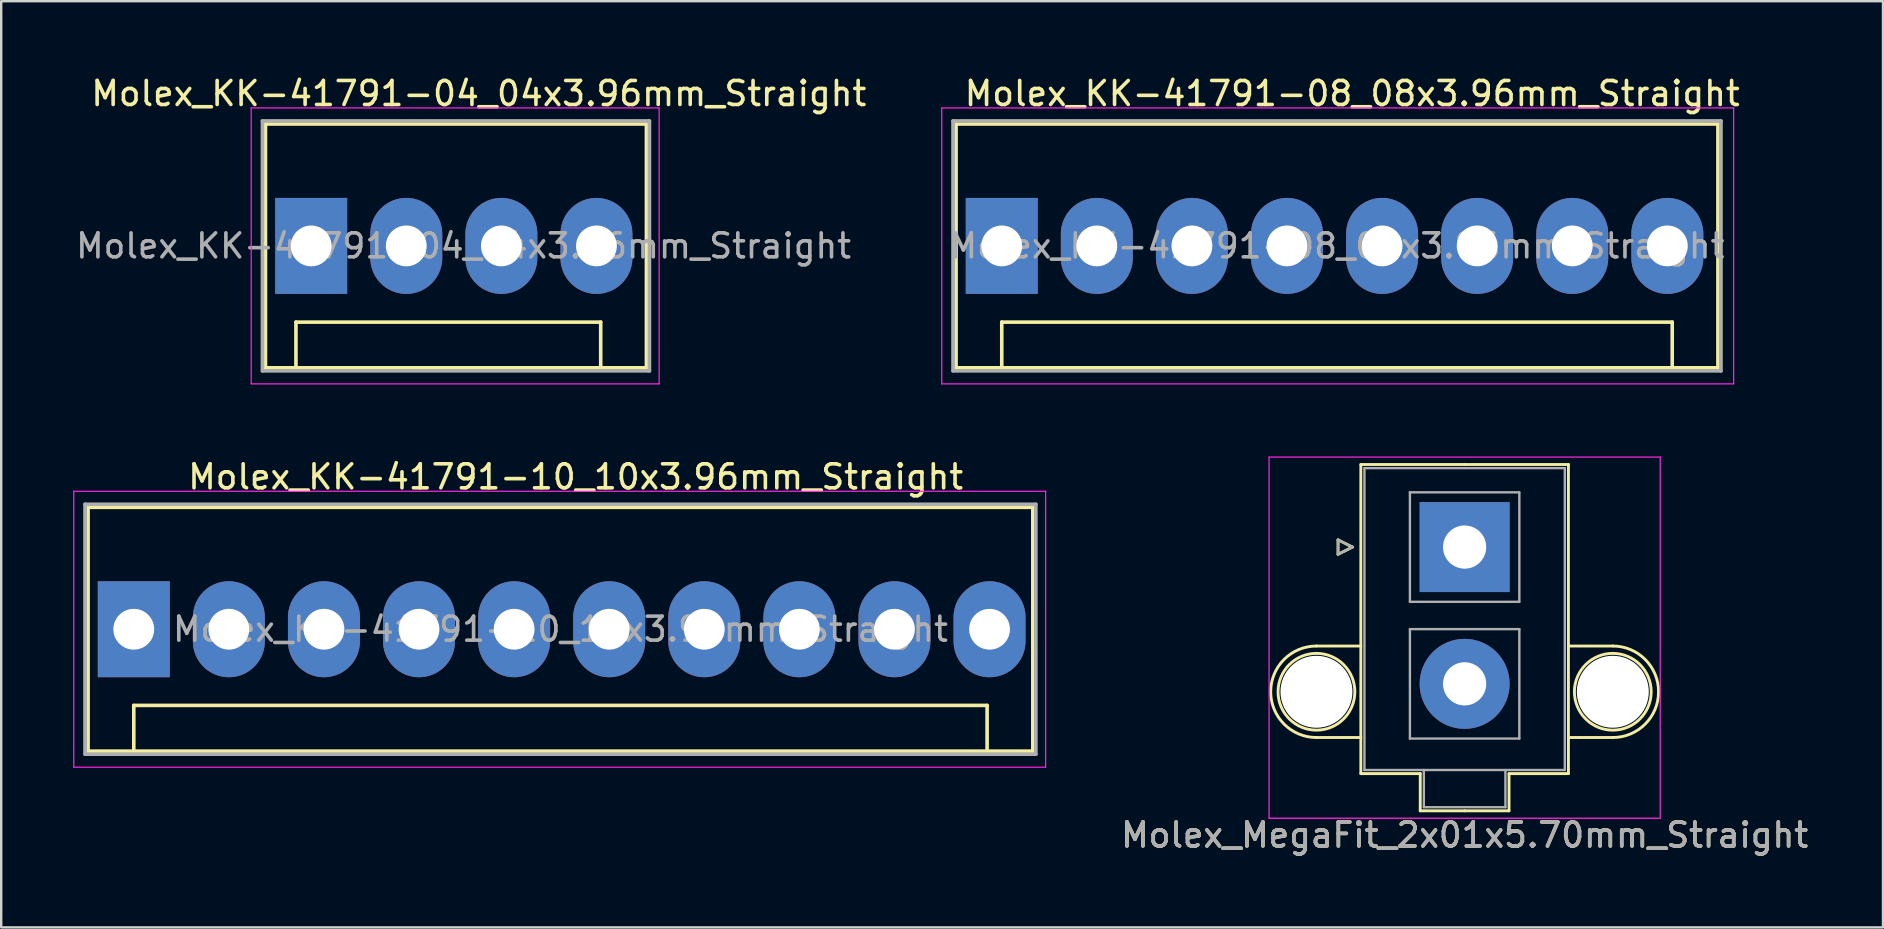
<source format=kicad_pcb>
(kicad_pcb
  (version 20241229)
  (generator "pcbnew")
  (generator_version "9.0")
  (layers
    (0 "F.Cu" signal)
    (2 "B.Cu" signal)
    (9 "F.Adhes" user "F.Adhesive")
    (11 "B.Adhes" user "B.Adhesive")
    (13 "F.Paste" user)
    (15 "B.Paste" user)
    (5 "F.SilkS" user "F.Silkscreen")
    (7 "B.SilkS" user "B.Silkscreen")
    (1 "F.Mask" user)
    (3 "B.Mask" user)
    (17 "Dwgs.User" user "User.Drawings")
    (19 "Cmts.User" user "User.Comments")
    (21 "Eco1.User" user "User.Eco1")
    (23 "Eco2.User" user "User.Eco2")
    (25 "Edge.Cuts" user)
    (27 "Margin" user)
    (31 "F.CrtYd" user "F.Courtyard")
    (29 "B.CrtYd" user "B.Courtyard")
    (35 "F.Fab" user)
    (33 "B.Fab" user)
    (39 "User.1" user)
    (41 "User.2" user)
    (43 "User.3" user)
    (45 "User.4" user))
  (footprint "Molex_KK-41791-08_08x3.96mm_Straight"
    (layer "F.Cu")
    (at 38.696 7.198)
    (property "Reference" "Molex_KK-41791-08_08x3.96mm_Straight" (at 14.605 -6.35 0) (layer "F.SilkS") (effects (font (size 1 1) (thickness 0.15))))
    (attr through_hole)
    (fp_line (start -1.905 -5.08) (end -1.905 5.08) (stroke (width 0.15) (type solid)) (layer "F.SilkS"))
    (fp_line (start -1.905 -5.08) (end 29.845 -5.08) (stroke (width 0.15) (type solid)) (layer "F.SilkS"))
    (fp_line (start -1.905 5.08) (end 29.845 5.08) (stroke (width 0.15) (type solid)) (layer "F.SilkS"))
    (fp_line (start 0 3.175) (end 27.94 3.175) (stroke (width 0.15) (type solid)) (layer "F.SilkS"))
    (fp_line (start 0 5.08) (end 0 3.175) (stroke (width 0.15) (type solid)) (layer "F.SilkS"))
    (fp_line (start 27.94 3.175) (end 27.94 5.08) (stroke (width 0.15) (type solid)) (layer "F.SilkS"))
    (fp_line (start 29.845 -5.08) (end 29.845 5.08) (stroke (width 0.15) (type solid)) (layer "F.SilkS"))
    (fp_line (start -2.5 -5.75) (end 30.5 -5.75) (stroke (width 0.05) (type solid)) (layer "F.CrtYd"))
    (fp_line (start -2.5 5.75) (end -2.5 -5.75) (stroke (width 0.05) (type solid)) (layer "F.CrtYd"))
    (fp_line (start 30.5 -5.75) (end 30.5 5.75) (stroke (width 0.05) (type solid)) (layer "F.CrtYd"))
    (fp_line (start 30.5 5.75) (end -2.5 5.75) (stroke (width 0.05) (type solid)) (layer "F.CrtYd"))
    (fp_line (start -2.032 -5.207) (end 29.972 -5.207) (stroke (width 0.15) (type solid)) (layer "F.Fab"))
    (fp_line (start -2.032 5.207) (end -2.032 -5.207) (stroke (width 0.15) (type solid)) (layer "F.Fab"))
    (fp_line (start 29.972 -5.207) (end 29.972 5.207) (stroke (width 0.15) (type solid)) (layer "F.Fab"))
    (fp_line (start 29.972 5.207) (end -2.032 5.207) (stroke (width 0.15) (type solid)) (layer "F.Fab"))
    (fp_text user "${REFERENCE}" (at 13.97 0 0) (layer "F.Fab") (effects (font (size 1 1) (thickness 0.15))))
    (pad "1" thru_hole rect (at 0 0) (size 3 4) (drill 1.7) (layers "*.Cu" "*.Mask"))
    (pad "2" thru_hole oval (at 3.962 0) (size 3 4) (drill 1.7) (layers "*.Cu" "*.Mask"))
    (pad "3" thru_hole oval (at 7.925 0) (size 3 4) (drill 1.7) (layers "*.Cu" "*.Mask"))
    (pad "4" thru_hole oval (at 11.887 0) (size 3 4) (drill 1.7) (layers "*.Cu" "*.Mask"))
    (pad "5" thru_hole oval (at 15.85 0) (size 3 4) (drill 1.7) (layers "*.Cu" "*.Mask"))
    (pad "6" thru_hole oval (at 19.812 0) (size 3 4) (drill 1.7) (layers "*.Cu" "*.Mask"))
    (pad "7" thru_hole oval (at 23.774 0) (size 3 4) (drill 1.7) (layers "*.Cu" "*.Mask"))
    (pad "8" thru_hole oval (at 27.737 0) (size 3 4) (drill 1.7) (layers "*.Cu" "*.Mask")))
  (footprint "Molex_KK-41791-10_10x3.96mm_Straight"
    (layer "F.Cu")
    (at 2.525 23.172)
    (property "Reference" "Molex_KK-41791-10_10x3.96mm_Straight" (at 18.415 -6.35 0) (layer "F.SilkS") (effects (font (size 1 1) (thickness 0.15))))
    (attr through_hole)
    (fp_line (start -1.905 -5.08) (end 37.465 -5.08) (stroke (width 0.15) (type solid)) (layer "F.SilkS"))
    (fp_line (start -1.905 5.08) (end -1.905 -5.08) (stroke (width 0.15) (type solid)) (layer "F.SilkS"))
    (fp_line (start 0 3.175) (end 35.56 3.175) (stroke (width 0.15) (type solid)) (layer "F.SilkS"))
    (fp_line (start 0 5.08) (end 0 3.175) (stroke (width 0.15) (type solid)) (layer "F.SilkS"))
    (fp_line (start 35.56 3.175) (end 35.56 5.08) (stroke (width 0.15) (type solid)) (layer "F.SilkS"))
    (fp_line (start 37.465 -5.08) (end 37.465 5.08) (stroke (width 0.15) (type solid)) (layer "F.SilkS"))
    (fp_line (start 37.465 5.08) (end -1.905 5.08) (stroke (width 0.15) (type solid)) (layer "F.SilkS"))
    (fp_line (start -2.5 -5.75) (end 38 -5.75) (stroke (width 0.05) (type solid)) (layer "F.CrtYd"))
    (fp_line (start -2.5 5.75) (end -2.5 -5.75) (stroke (width 0.05) (type solid)) (layer "F.CrtYd"))
    (fp_line (start 38 -5.75) (end 38 5.75) (stroke (width 0.05) (type solid)) (layer "F.CrtYd"))
    (fp_line (start 38 5.75) (end -2.5 5.75) (stroke (width 0.05) (type solid)) (layer "F.CrtYd"))
    (fp_line (start -2.032 -5.207) (end 37.592 -5.207) (stroke (width 0.15) (type solid)) (layer "F.Fab"))
    (fp_line (start -2.032 5.207) (end -2.032 -5.207) (stroke (width 0.15) (type solid)) (layer "F.Fab"))
    (fp_line (start 37.592 -5.207) (end 37.592 5.207) (stroke (width 0.15) (type solid)) (layer "F.Fab"))
    (fp_line (start 37.592 5.207) (end -2.032 5.207) (stroke (width 0.15) (type solid)) (layer "F.Fab"))
    (fp_text user "${REFERENCE}" (at 17.78 0 0) (layer "F.Fab") (effects (font (size 1 1) (thickness 0.15))))
    (pad "1" thru_hole rect (at 0 0) (size 3 4) (drill 1.7) (layers "*.Cu" "*.Mask"))
    (pad "2" thru_hole oval (at 3.962 0) (size 3 4) (drill 1.7) (layers "*.Cu" "*.Mask"))
    (pad "3" thru_hole oval (at 7.925 0) (size 3 4) (drill 1.7) (layers "*.Cu" "*.Mask"))
    (pad "4" thru_hole oval (at 11.887 0) (size 3 4) (drill 1.7) (layers "*.Cu" "*.Mask"))
    (pad "5" thru_hole oval (at 15.85 0) (size 3 4) (drill 1.7) (layers "*.Cu" "*.Mask"))
    (pad "6" thru_hole oval (at 19.812 0) (size 3 4) (drill 1.7) (layers "*.Cu" "*.Mask"))
    (pad "7" thru_hole oval (at 23.774 0) (size 3 4) (drill 1.7) (layers "*.Cu" "*.Mask"))
    (pad "8" thru_hole oval (at 27.737 0) (size 3 4) (drill 1.7) (layers "*.Cu" "*.Mask"))
    (pad "9" thru_hole oval (at 31.699 0) (size 3 4) (drill 1.7) (layers "*.Cu" "*.Mask"))
    (pad "10" thru_hole oval (at 35.662 0) (size 3 4) (drill 1.7) (layers "*.Cu" "*.Mask")))
  (footprint "Molex_KK-41791-04_04x3.96mm_Straight"
    (layer "F.Cu")
    (at 9.918 7.198)
    (property "Reference" "Molex_KK-41791-04_04x3.96mm_Straight" (at 6.985 -6.35 0) (layer "F.SilkS") (effects (font (size 1 1) (thickness 0.15))))
    (attr through_hole)
    (fp_line (start -1.905 -5.08) (end -1.905 5.08) (stroke (width 0.15) (type solid)) (layer "F.SilkS"))
    (fp_line (start -1.905 -5.08) (end 13.97 -5.08) (stroke (width 0.15) (type solid)) (layer "F.SilkS"))
    (fp_line (start -0.635 3.175) (end 12.065 3.175) (stroke (width 0.15) (type solid)) (layer "F.SilkS"))
    (fp_line (start -0.635 5.08) (end -0.635 3.175) (stroke (width 0.15) (type solid)) (layer "F.SilkS"))
    (fp_line (start 12.065 3.175) (end 12.065 5.08) (stroke (width 0.15) (type solid)) (layer "F.SilkS"))
    (fp_line (start 13.97 -5.08) (end 13.97 5.08) (stroke (width 0.15) (type solid)) (layer "F.SilkS"))
    (fp_line (start 13.97 5.08) (end -1.905 5.08) (stroke (width 0.15) (type solid)) (layer "F.SilkS"))
    (fp_line (start -2.5 -5.75) (end 14.5 -5.75) (stroke (width 0.05) (type solid)) (layer "F.CrtYd"))
    (fp_line (start -2.5 5.75) (end -2.5 -5.75) (stroke (width 0.05) (type solid)) (layer "F.CrtYd"))
    (fp_line (start 14.5 -5.75) (end 14.5 5.75) (stroke (width 0.05) (type solid)) (layer "F.CrtYd"))
    (fp_line (start 14.5 5.75) (end -2.5 5.75) (stroke (width 0.05) (type solid)) (layer "F.CrtYd"))
    (fp_line (start -2.032 -5.207) (end 14.097 -5.207) (stroke (width 0.15) (type solid)) (layer "F.Fab"))
    (fp_line (start -2.032 5.207) (end -2.032 -5.207) (stroke (width 0.15) (type solid)) (layer "F.Fab"))
    (fp_line (start 14.097 -5.207) (end 14.097 5.207) (stroke (width 0.15) (type solid)) (layer "F.Fab"))
    (fp_line (start 14.097 5.207) (end -2.032 5.207) (stroke (width 0.15) (type solid)) (layer "F.Fab"))
    (fp_text user "${REFERENCE}" (at 6.35 0 0) (layer "F.Fab") (effects (font (size 1 1) (thickness 0.15))))
    (pad "1" thru_hole rect (at 0 0) (size 3 4) (drill 1.7) (layers "*.Cu" "*.Mask"))
    (pad "2" thru_hole oval (at 3.962 0) (size 3 4) (drill 1.7) (layers "*.Cu" "*.Mask"))
    (pad "3" thru_hole oval (at 7.925 0) (size 3 4) (drill 1.7) (layers "*.Cu" "*.Mask"))
    (pad "4" thru_hole oval (at 11.887 0) (size 3 4) (drill 1.7) (layers "*.Cu" "*.Mask")))
  (footprint "Molex_MegaFit_2x01x5.70mm_Straight"
    (layer "F.Cu")
    (at 57.985 19.748)
    (property "Reference" "Molex_MegaFit_2x01x5.70mm_Straight" (at 0 12 0) (layer "F.SilkS") (effects (font (size 1 1) (thickness 0.15))))
    (attr through_hole)
    (fp_line (start -6.175 4.124) (end -4.325 4.124) (stroke (width 0.12) (type solid)) (layer "F.SilkS"))
    (fp_line (start -6.175 7.936) (end -4.325 7.936) (stroke (width 0.12) (type solid)) (layer "F.SilkS"))
    (fp_line (start -5.275 -0.3) (end -4.675 0) (stroke (width 0.12) (type solid)) (layer "F.SilkS"))
    (fp_line (start -5.275 0.3) (end -5.275 -0.3) (stroke (width 0.12) (type solid)) (layer "F.SilkS"))
    (fp_line (start -4.675 0) (end -5.275 0.3) (stroke (width 0.12) (type solid)) (layer "F.SilkS"))
    (fp_line (start -4.325 -3.44) (end -4.325 9.44) (stroke (width 0.12) (type solid)) (layer "F.SilkS"))
    (fp_line (start -4.325 9.44) (end -1.85 9.44) (stroke (width 0.12) (type solid)) (layer "F.SilkS"))
    (fp_line (start -1.85 9.44) (end -1.85 10.99) (stroke (width 0.12) (type solid)) (layer "F.SilkS"))
    (fp_line (start -1.85 10.99) (end 0 10.99) (stroke (width 0.12) (type solid)) (layer "F.SilkS"))
    (fp_line (start 0 -3.44) (end -4.325 -3.44) (stroke (width 0.12) (type solid)) (layer "F.SilkS"))
    (fp_line (start 0 -3.44) (end 4.325 -3.44) (stroke (width 0.12) (type solid)) (layer "F.SilkS"))
    (fp_line (start 1.85 9.44) (end 1.85 10.99) (stroke (width 0.12) (type solid)) (layer "F.SilkS"))
    (fp_line (start 1.85 10.99) (end 0 10.99) (stroke (width 0.12) (type solid)) (layer "F.SilkS"))
    (fp_line (start 4.325 -3.44) (end 4.325 9.44) (stroke (width 0.12) (type solid)) (layer "F.SilkS"))
    (fp_line (start 4.325 9.44) (end 1.85 9.44) (stroke (width 0.12) (type solid)) (layer "F.SilkS"))
    (fp_line (start 6.175 4.124) (end 4.325 4.124) (stroke (width 0.12) (type solid)) (layer "F.SilkS"))
    (fp_line (start 6.175 7.936) (end 4.325 7.936) (stroke (width 0.12) (type solid)) (layer "F.SilkS"))
    (fp_arc (start -6.175 7.93625) (mid -8.08125 6.03) (end -6.175 4.12375) (stroke (width 0.12) (type solid)) (layer "F.SilkS"))
    (fp_arc (start 6.175 4.12375) (mid 8.08125 6.03) (end 6.175 7.93625) (stroke (width 0.12) (type solid)) (layer "F.SilkS"))
    (fp_circle (center -6.175 6.03) (end -4.575 6.03) (stroke (width 0.12) (type solid)) (fill no) (layer "F.SilkS"))
    (fp_circle (center 6.175 6.03) (end 7.775 6.03) (stroke (width 0.12) (type solid)) (fill no) (layer "F.SilkS"))
    (fp_line (start -8.15 -3.75) (end -8.15 11.3) (stroke (width 0.05) (type solid)) (layer "F.CrtYd"))
    (fp_line (start -8.15 11.3) (end 8.15 11.3) (stroke (width 0.05) (type solid)) (layer "F.CrtYd"))
    (fp_line (start 8.15 -3.75) (end -8.15 -3.75) (stroke (width 0.05) (type solid)) (layer "F.CrtYd"))
    (fp_line (start 8.15 11.3) (end 8.15 -3.75) (stroke (width 0.05) (type solid)) (layer "F.CrtYd"))
    (fp_line (start -5.275 -0.3) (end -4.675 0) (stroke (width 0.1) (type solid)) (layer "F.Fab"))
    (fp_line (start -5.275 0.3) (end -5.275 -0.3) (stroke (width 0.1) (type solid)) (layer "F.Fab"))
    (fp_line (start -4.675 0) (end -5.275 0.3) (stroke (width 0.1) (type solid)) (layer "F.Fab"))
    (fp_line (start -4.175 -3.29) (end -4.175 9.29) (stroke (width 0.1) (type solid)) (layer "F.Fab"))
    (fp_line (start -4.175 9.29) (end 4.175 9.29) (stroke (width 0.1) (type solid)) (layer "F.Fab"))
    (fp_line (start -2.28 -2.28) (end -2.28 2.28) (stroke (width 0.1) (type solid)) (layer "F.Fab"))
    (fp_line (start -2.28 2.28) (end 2.28 2.28) (stroke (width 0.1) (type solid)) (layer "F.Fab"))
    (fp_line (start -2.28 3.42) (end -2.28 7.98) (stroke (width 0.1) (type solid)) (layer "F.Fab"))
    (fp_line (start -2.28 7.98) (end 2.28 7.98) (stroke (width 0.1) (type solid)) (layer "F.Fab"))
    (fp_line (start -1.7 9.29) (end -1.7 10.84) (stroke (width 0.1) (type solid)) (layer "F.Fab"))
    (fp_line (start -1.7 10.84) (end 1.7 10.84) (stroke (width 0.1) (type solid)) (layer "F.Fab"))
    (fp_line (start 1.7 10.84) (end 1.7 9.29) (stroke (width 0.1) (type solid)) (layer "F.Fab"))
    (fp_line (start 2.28 -2.28) (end -2.28 -2.28) (stroke (width 0.1) (type solid)) (layer "F.Fab"))
    (fp_line (start 2.28 2.28) (end 2.28 -2.28) (stroke (width 0.1) (type solid)) (layer "F.Fab"))
    (fp_line (start 2.28 3.42) (end -2.28 3.42) (stroke (width 0.1) (type solid)) (layer "F.Fab"))
    (fp_line (start 2.28 7.98) (end 2.28 3.42) (stroke (width 0.1) (type solid)) (layer "F.Fab"))
    (fp_line (start 4.175 -3.29) (end -4.175 -3.29) (stroke (width 0.1) (type solid)) (layer "F.Fab"))
    (fp_line (start 4.175 9.29) (end 4.175 -3.29) (stroke (width 0.1) (type solid)) (layer "F.Fab"))
    (fp_text user "${REFERENCE}" (at 0 12 0) (layer "F.Fab") (effects (font (size 1 1) (thickness 0.15))))
    (pad "" np_thru_hole circle (at -6.175 6.03) (size 3 3) (drill 3) (layers "*.Cu" "*.Mask"))
    (pad "" np_thru_hole circle (at 6.175 6.03) (size 3 3) (drill 3) (layers "*.Cu" "*.Mask"))
    (pad "1" thru_hole rect (at 0 0) (size 3.75 3.75) (drill 1.8) (layers "*.Cu" "*.Mask"))
    (pad "2" thru_hole circle (at 0 5.7) (size 3.75 3.75) (drill 1.8) (layers "*.Cu" "*.Mask")))
  (gr_rect
    (start -3 -3)
    (end 75.419 35.596)
    (stroke (width 0.1) (type default))
    (fill no)
    (layer "Edge.Cuts")))
</source>
